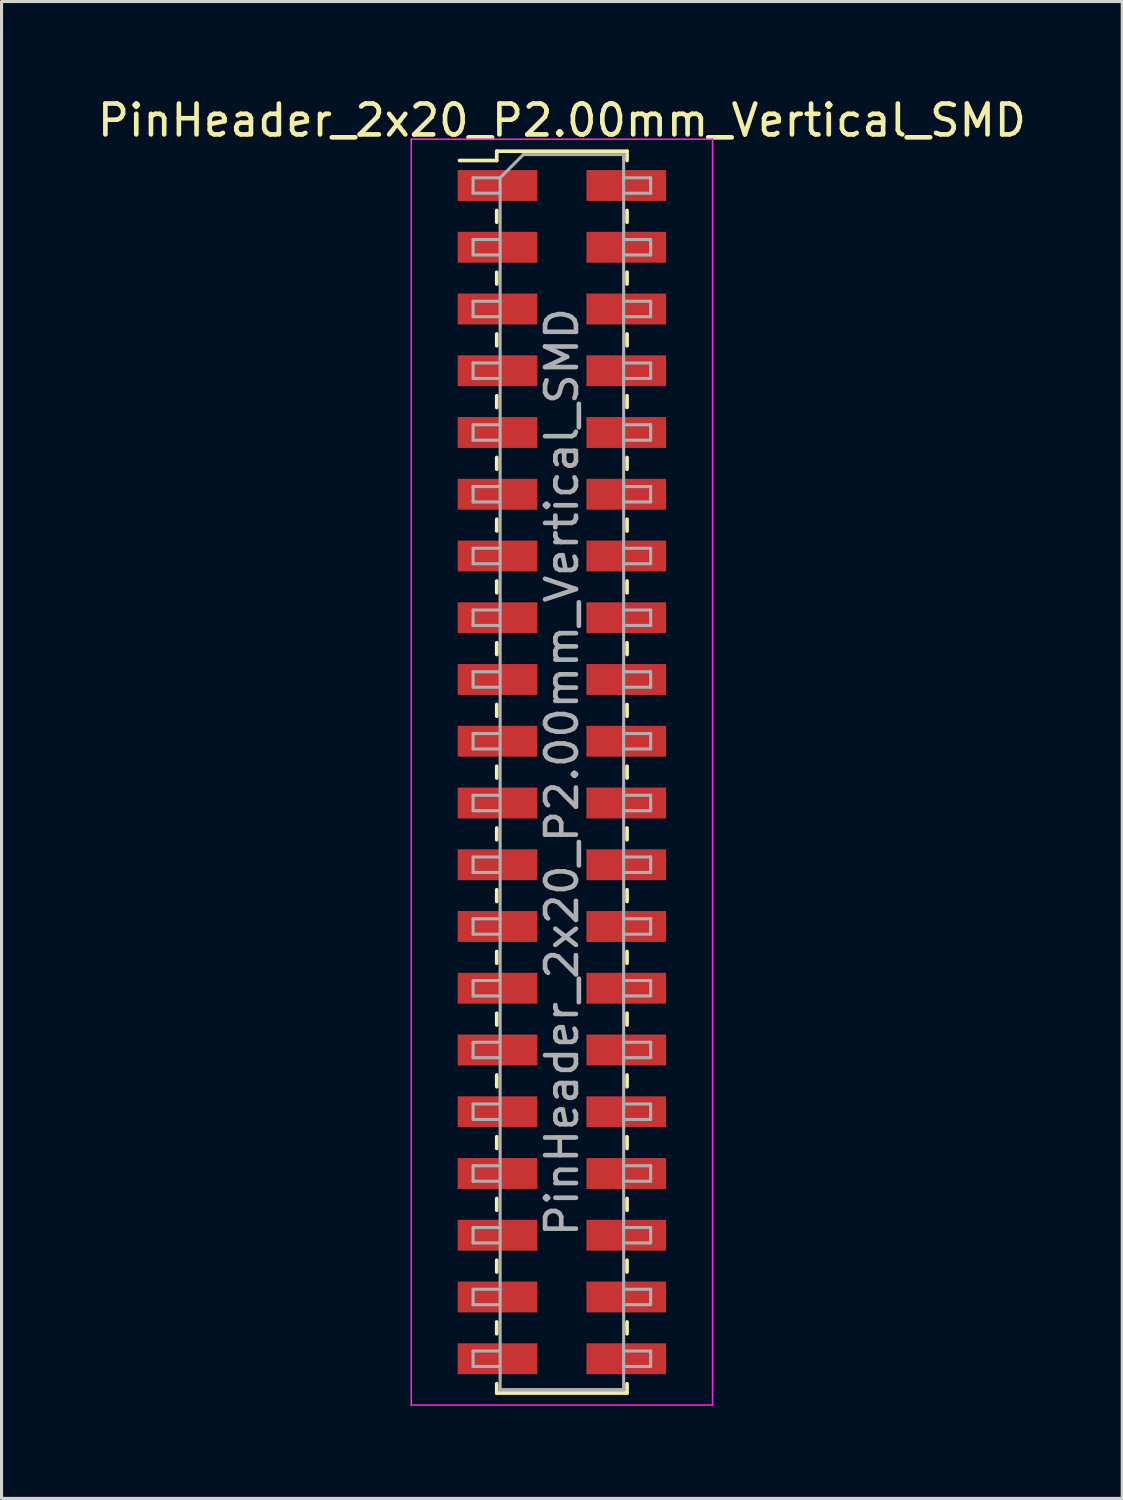
<source format=kicad_pcb>
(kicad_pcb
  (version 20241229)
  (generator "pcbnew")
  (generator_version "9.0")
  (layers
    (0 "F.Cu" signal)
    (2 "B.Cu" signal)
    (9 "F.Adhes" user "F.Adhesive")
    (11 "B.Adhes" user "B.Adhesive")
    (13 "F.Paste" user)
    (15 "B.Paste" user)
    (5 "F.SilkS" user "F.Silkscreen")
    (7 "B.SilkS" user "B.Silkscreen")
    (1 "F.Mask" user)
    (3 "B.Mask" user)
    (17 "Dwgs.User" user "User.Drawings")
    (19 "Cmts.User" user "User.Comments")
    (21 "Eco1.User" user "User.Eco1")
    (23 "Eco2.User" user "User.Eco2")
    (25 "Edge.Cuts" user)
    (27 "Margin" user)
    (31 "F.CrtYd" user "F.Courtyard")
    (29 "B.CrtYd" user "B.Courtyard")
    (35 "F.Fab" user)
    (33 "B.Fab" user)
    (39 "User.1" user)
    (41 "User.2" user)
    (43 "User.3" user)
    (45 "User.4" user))
  (footprint "PinHeader_2x20_P2.00mm_Vertical_SMD"
    (layer "F.Cu")
    (at 15.149 21.958)
    (property "Reference" "PinHeader_2x20_P2.00mm_Vertical_SMD" (at 0 -21.11 0) (layer "F.SilkS") (effects (font (size 1 1) (thickness 0.15))))
    (attr smd)
    (fp_line (start -3.315 -19.81) (end -2.11 -19.81) (stroke (width 0.12) (type solid)) (layer "F.SilkS"))
    (fp_line (start -2.11 -20.11) (end -2.11 -19.81) (stroke (width 0.12) (type solid)) (layer "F.SilkS"))
    (fp_line (start -2.11 -20.11) (end 2.11 -20.11) (stroke (width 0.12) (type solid)) (layer "F.SilkS"))
    (fp_line (start -2.11 -18.19) (end -2.11 -17.81) (stroke (width 0.12) (type solid)) (layer "F.SilkS"))
    (fp_line (start -2.11 -16.19) (end -2.11 -15.81) (stroke (width 0.12) (type solid)) (layer "F.SilkS"))
    (fp_line (start -2.11 -14.19) (end -2.11 -13.81) (stroke (width 0.12) (type solid)) (layer "F.SilkS"))
    (fp_line (start -2.11 -12.19) (end -2.11 -11.81) (stroke (width 0.12) (type solid)) (layer "F.SilkS"))
    (fp_line (start -2.11 -10.19) (end -2.11 -9.81) (stroke (width 0.12) (type solid)) (layer "F.SilkS"))
    (fp_line (start -2.11 -8.19) (end -2.11 -7.81) (stroke (width 0.12) (type solid)) (layer "F.SilkS"))
    (fp_line (start -2.11 -6.19) (end -2.11 -5.81) (stroke (width 0.12) (type solid)) (layer "F.SilkS"))
    (fp_line (start -2.11 -4.19) (end -2.11 -3.81) (stroke (width 0.12) (type solid)) (layer "F.SilkS"))
    (fp_line (start -2.11 -2.19) (end -2.11 -1.81) (stroke (width 0.12) (type solid)) (layer "F.SilkS"))
    (fp_line (start -2.11 -0.19) (end -2.11 0.19) (stroke (width 0.12) (type solid)) (layer "F.SilkS"))
    (fp_line (start -2.11 1.81) (end -2.11 2.19) (stroke (width 0.12) (type solid)) (layer "F.SilkS"))
    (fp_line (start -2.11 3.81) (end -2.11 4.19) (stroke (width 0.12) (type solid)) (layer "F.SilkS"))
    (fp_line (start -2.11 5.81) (end -2.11 6.19) (stroke (width 0.12) (type solid)) (layer "F.SilkS"))
    (fp_line (start -2.11 7.81) (end -2.11 8.19) (stroke (width 0.12) (type solid)) (layer "F.SilkS"))
    (fp_line (start -2.11 9.81) (end -2.11 10.19) (stroke (width 0.12) (type solid)) (layer "F.SilkS"))
    (fp_line (start -2.11 11.81) (end -2.11 12.19) (stroke (width 0.12) (type solid)) (layer "F.SilkS"))
    (fp_line (start -2.11 13.81) (end -2.11 14.19) (stroke (width 0.12) (type solid)) (layer "F.SilkS"))
    (fp_line (start -2.11 15.81) (end -2.11 16.19) (stroke (width 0.12) (type solid)) (layer "F.SilkS"))
    (fp_line (start -2.11 17.81) (end -2.11 18.19) (stroke (width 0.12) (type solid)) (layer "F.SilkS"))
    (fp_line (start -2.11 19.81) (end -2.11 20.11) (stroke (width 0.12) (type solid)) (layer "F.SilkS"))
    (fp_line (start -2.11 20.11) (end 2.11 20.11) (stroke (width 0.12) (type solid)) (layer "F.SilkS"))
    (fp_line (start 2.11 -20.11) (end 2.11 -19.81) (stroke (width 0.12) (type solid)) (layer "F.SilkS"))
    (fp_line (start 2.11 -18.19) (end 2.11 -17.81) (stroke (width 0.12) (type solid)) (layer "F.SilkS"))
    (fp_line (start 2.11 -16.19) (end 2.11 -15.81) (stroke (width 0.12) (type solid)) (layer "F.SilkS"))
    (fp_line (start 2.11 -14.19) (end 2.11 -13.81) (stroke (width 0.12) (type solid)) (layer "F.SilkS"))
    (fp_line (start 2.11 -12.19) (end 2.11 -11.81) (stroke (width 0.12) (type solid)) (layer "F.SilkS"))
    (fp_line (start 2.11 -10.19) (end 2.11 -9.81) (stroke (width 0.12) (type solid)) (layer "F.SilkS"))
    (fp_line (start 2.11 -8.19) (end 2.11 -7.81) (stroke (width 0.12) (type solid)) (layer "F.SilkS"))
    (fp_line (start 2.11 -6.19) (end 2.11 -5.81) (stroke (width 0.12) (type solid)) (layer "F.SilkS"))
    (fp_line (start 2.11 -4.19) (end 2.11 -3.81) (stroke (width 0.12) (type solid)) (layer "F.SilkS"))
    (fp_line (start 2.11 -2.19) (end 2.11 -1.81) (stroke (width 0.12) (type solid)) (layer "F.SilkS"))
    (fp_line (start 2.11 -0.19) (end 2.11 0.19) (stroke (width 0.12) (type solid)) (layer "F.SilkS"))
    (fp_line (start 2.11 1.81) (end 2.11 2.19) (stroke (width 0.12) (type solid)) (layer "F.SilkS"))
    (fp_line (start 2.11 3.81) (end 2.11 4.19) (stroke (width 0.12) (type solid)) (layer "F.SilkS"))
    (fp_line (start 2.11 5.81) (end 2.11 6.19) (stroke (width 0.12) (type solid)) (layer "F.SilkS"))
    (fp_line (start 2.11 7.81) (end 2.11 8.19) (stroke (width 0.12) (type solid)) (layer "F.SilkS"))
    (fp_line (start 2.11 9.81) (end 2.11 10.19) (stroke (width 0.12) (type solid)) (layer "F.SilkS"))
    (fp_line (start 2.11 11.81) (end 2.11 12.19) (stroke (width 0.12) (type solid)) (layer "F.SilkS"))
    (fp_line (start 2.11 13.81) (end 2.11 14.19) (stroke (width 0.12) (type solid)) (layer "F.SilkS"))
    (fp_line (start 2.11 15.81) (end 2.11 16.19) (stroke (width 0.12) (type solid)) (layer "F.SilkS"))
    (fp_line (start 2.11 17.81) (end 2.11 18.19) (stroke (width 0.12) (type solid)) (layer "F.SilkS"))
    (fp_line (start 2.11 19.81) (end 2.11 20.11) (stroke (width 0.12) (type solid)) (layer "F.SilkS"))
    (fp_line (start -4.88 -20.5) (end -4.88 20.5) (stroke (width 0.05) (type solid)) (layer "F.CrtYd"))
    (fp_line (start -4.88 20.5) (end 4.88 20.5) (stroke (width 0.05) (type solid)) (layer "F.CrtYd"))
    (fp_line (start 4.88 -20.5) (end -4.88 -20.5) (stroke (width 0.05) (type solid)) (layer "F.CrtYd"))
    (fp_line (start 4.88 20.5) (end 4.88 -20.5) (stroke (width 0.05) (type solid)) (layer "F.CrtYd"))
    (fp_line (start -2.875 -19.25) (end -2.875 -18.75) (stroke (width 0.1) (type solid)) (layer "F.Fab"))
    (fp_line (start -2.875 -18.75) (end -2 -18.75) (stroke (width 0.1) (type solid)) (layer "F.Fab"))
    (fp_line (start -2.875 -17.25) (end -2.875 -16.75) (stroke (width 0.1) (type solid)) (layer "F.Fab"))
    (fp_line (start -2.875 -16.75) (end -2 -16.75) (stroke (width 0.1) (type solid)) (layer "F.Fab"))
    (fp_line (start -2.875 -15.25) (end -2.875 -14.75) (stroke (width 0.1) (type solid)) (layer "F.Fab"))
    (fp_line (start -2.875 -14.75) (end -2 -14.75) (stroke (width 0.1) (type solid)) (layer "F.Fab"))
    (fp_line (start -2.875 -13.25) (end -2.875 -12.75) (stroke (width 0.1) (type solid)) (layer "F.Fab"))
    (fp_line (start -2.875 -12.75) (end -2 -12.75) (stroke (width 0.1) (type solid)) (layer "F.Fab"))
    (fp_line (start -2.875 -11.25) (end -2.875 -10.75) (stroke (width 0.1) (type solid)) (layer "F.Fab"))
    (fp_line (start -2.875 -10.75) (end -2 -10.75) (stroke (width 0.1) (type solid)) (layer "F.Fab"))
    (fp_line (start -2.875 -9.25) (end -2.875 -8.75) (stroke (width 0.1) (type solid)) (layer "F.Fab"))
    (fp_line (start -2.875 -8.75) (end -2 -8.75) (stroke (width 0.1) (type solid)) (layer "F.Fab"))
    (fp_line (start -2.875 -7.25) (end -2.875 -6.75) (stroke (width 0.1) (type solid)) (layer "F.Fab"))
    (fp_line (start -2.875 -6.75) (end -2 -6.75) (stroke (width 0.1) (type solid)) (layer "F.Fab"))
    (fp_line (start -2.875 -5.25) (end -2.875 -4.75) (stroke (width 0.1) (type solid)) (layer "F.Fab"))
    (fp_line (start -2.875 -4.75) (end -2 -4.75) (stroke (width 0.1) (type solid)) (layer "F.Fab"))
    (fp_line (start -2.875 -3.25) (end -2.875 -2.75) (stroke (width 0.1) (type solid)) (layer "F.Fab"))
    (fp_line (start -2.875 -2.75) (end -2 -2.75) (stroke (width 0.1) (type solid)) (layer "F.Fab"))
    (fp_line (start -2.875 -1.25) (end -2.875 -0.75) (stroke (width 0.1) (type solid)) (layer "F.Fab"))
    (fp_line (start -2.875 -0.75) (end -2 -0.75) (stroke (width 0.1) (type solid)) (layer "F.Fab"))
    (fp_line (start -2.875 0.75) (end -2.875 1.25) (stroke (width 0.1) (type solid)) (layer "F.Fab"))
    (fp_line (start -2.875 1.25) (end -2 1.25) (stroke (width 0.1) (type solid)) (layer "F.Fab"))
    (fp_line (start -2.875 2.75) (end -2.875 3.25) (stroke (width 0.1) (type solid)) (layer "F.Fab"))
    (fp_line (start -2.875 3.25) (end -2 3.25) (stroke (width 0.1) (type solid)) (layer "F.Fab"))
    (fp_line (start -2.875 4.75) (end -2.875 5.25) (stroke (width 0.1) (type solid)) (layer "F.Fab"))
    (fp_line (start -2.875 5.25) (end -2 5.25) (stroke (width 0.1) (type solid)) (layer "F.Fab"))
    (fp_line (start -2.875 6.75) (end -2.875 7.25) (stroke (width 0.1) (type solid)) (layer "F.Fab"))
    (fp_line (start -2.875 7.25) (end -2 7.25) (stroke (width 0.1) (type solid)) (layer "F.Fab"))
    (fp_line (start -2.875 8.75) (end -2.875 9.25) (stroke (width 0.1) (type solid)) (layer "F.Fab"))
    (fp_line (start -2.875 9.25) (end -2 9.25) (stroke (width 0.1) (type solid)) (layer "F.Fab"))
    (fp_line (start -2.875 10.75) (end -2.875 11.25) (stroke (width 0.1) (type solid)) (layer "F.Fab"))
    (fp_line (start -2.875 11.25) (end -2 11.25) (stroke (width 0.1) (type solid)) (layer "F.Fab"))
    (fp_line (start -2.875 12.75) (end -2.875 13.25) (stroke (width 0.1) (type solid)) (layer "F.Fab"))
    (fp_line (start -2.875 13.25) (end -2 13.25) (stroke (width 0.1) (type solid)) (layer "F.Fab"))
    (fp_line (start -2.875 14.75) (end -2.875 15.25) (stroke (width 0.1) (type solid)) (layer "F.Fab"))
    (fp_line (start -2.875 15.25) (end -2 15.25) (stroke (width 0.1) (type solid)) (layer "F.Fab"))
    (fp_line (start -2.875 16.75) (end -2.875 17.25) (stroke (width 0.1) (type solid)) (layer "F.Fab"))
    (fp_line (start -2.875 17.25) (end -2 17.25) (stroke (width 0.1) (type solid)) (layer "F.Fab"))
    (fp_line (start -2.875 18.75) (end -2.875 19.25) (stroke (width 0.1) (type solid)) (layer "F.Fab"))
    (fp_line (start -2.875 19.25) (end -2 19.25) (stroke (width 0.1) (type solid)) (layer "F.Fab"))
    (fp_line (start -2 -19.25) (end -2.875 -19.25) (stroke (width 0.1) (type solid)) (layer "F.Fab"))
    (fp_line (start -2 -19.25) (end -1.25 -20) (stroke (width 0.1) (type solid)) (layer "F.Fab"))
    (fp_line (start -2 -17.25) (end -2.875 -17.25) (stroke (width 0.1) (type solid)) (layer "F.Fab"))
    (fp_line (start -2 -15.25) (end -2.875 -15.25) (stroke (width 0.1) (type solid)) (layer "F.Fab"))
    (fp_line (start -2 -13.25) (end -2.875 -13.25) (stroke (width 0.1) (type solid)) (layer "F.Fab"))
    (fp_line (start -2 -11.25) (end -2.875 -11.25) (stroke (width 0.1) (type solid)) (layer "F.Fab"))
    (fp_line (start -2 -9.25) (end -2.875 -9.25) (stroke (width 0.1) (type solid)) (layer "F.Fab"))
    (fp_line (start -2 -7.25) (end -2.875 -7.25) (stroke (width 0.1) (type solid)) (layer "F.Fab"))
    (fp_line (start -2 -5.25) (end -2.875 -5.25) (stroke (width 0.1) (type solid)) (layer "F.Fab"))
    (fp_line (start -2 -3.25) (end -2.875 -3.25) (stroke (width 0.1) (type solid)) (layer "F.Fab"))
    (fp_line (start -2 -1.25) (end -2.875 -1.25) (stroke (width 0.1) (type solid)) (layer "F.Fab"))
    (fp_line (start -2 0.75) (end -2.875 0.75) (stroke (width 0.1) (type solid)) (layer "F.Fab"))
    (fp_line (start -2 2.75) (end -2.875 2.75) (stroke (width 0.1) (type solid)) (layer "F.Fab"))
    (fp_line (start -2 4.75) (end -2.875 4.75) (stroke (width 0.1) (type solid)) (layer "F.Fab"))
    (fp_line (start -2 6.75) (end -2.875 6.75) (stroke (width 0.1) (type solid)) (layer "F.Fab"))
    (fp_line (start -2 8.75) (end -2.875 8.75) (stroke (width 0.1) (type solid)) (layer "F.Fab"))
    (fp_line (start -2 10.75) (end -2.875 10.75) (stroke (width 0.1) (type solid)) (layer "F.Fab"))
    (fp_line (start -2 12.75) (end -2.875 12.75) (stroke (width 0.1) (type solid)) (layer "F.Fab"))
    (fp_line (start -2 14.75) (end -2.875 14.75) (stroke (width 0.1) (type solid)) (layer "F.Fab"))
    (fp_line (start -2 16.75) (end -2.875 16.75) (stroke (width 0.1) (type solid)) (layer "F.Fab"))
    (fp_line (start -2 18.75) (end -2.875 18.75) (stroke (width 0.1) (type solid)) (layer "F.Fab"))
    (fp_line (start -2 20) (end -2 -19.25) (stroke (width 0.1) (type solid)) (layer "F.Fab"))
    (fp_line (start -1.25 -20) (end 2 -20) (stroke (width 0.1) (type solid)) (layer "F.Fab"))
    (fp_line (start 2 -20) (end 2 20) (stroke (width 0.1) (type solid)) (layer "F.Fab"))
    (fp_line (start 2 -19.25) (end 2.875 -19.25) (stroke (width 0.1) (type solid)) (layer "F.Fab"))
    (fp_line (start 2 -17.25) (end 2.875 -17.25) (stroke (width 0.1) (type solid)) (layer "F.Fab"))
    (fp_line (start 2 -15.25) (end 2.875 -15.25) (stroke (width 0.1) (type solid)) (layer "F.Fab"))
    (fp_line (start 2 -13.25) (end 2.875 -13.25) (stroke (width 0.1) (type solid)) (layer "F.Fab"))
    (fp_line (start 2 -11.25) (end 2.875 -11.25) (stroke (width 0.1) (type solid)) (layer "F.Fab"))
    (fp_line (start 2 -9.25) (end 2.875 -9.25) (stroke (width 0.1) (type solid)) (layer "F.Fab"))
    (fp_line (start 2 -7.25) (end 2.875 -7.25) (stroke (width 0.1) (type solid)) (layer "F.Fab"))
    (fp_line (start 2 -5.25) (end 2.875 -5.25) (stroke (width 0.1) (type solid)) (layer "F.Fab"))
    (fp_line (start 2 -3.25) (end 2.875 -3.25) (stroke (width 0.1) (type solid)) (layer "F.Fab"))
    (fp_line (start 2 -1.25) (end 2.875 -1.25) (stroke (width 0.1) (type solid)) (layer "F.Fab"))
    (fp_line (start 2 0.75) (end 2.875 0.75) (stroke (width 0.1) (type solid)) (layer "F.Fab"))
    (fp_line (start 2 2.75) (end 2.875 2.75) (stroke (width 0.1) (type solid)) (layer "F.Fab"))
    (fp_line (start 2 4.75) (end 2.875 4.75) (stroke (width 0.1) (type solid)) (layer "F.Fab"))
    (fp_line (start 2 6.75) (end 2.875 6.75) (stroke (width 0.1) (type solid)) (layer "F.Fab"))
    (fp_line (start 2 8.75) (end 2.875 8.75) (stroke (width 0.1) (type solid)) (layer "F.Fab"))
    (fp_line (start 2 10.75) (end 2.875 10.75) (stroke (width 0.1) (type solid)) (layer "F.Fab"))
    (fp_line (start 2 12.75) (end 2.875 12.75) (stroke (width 0.1) (type solid)) (layer "F.Fab"))
    (fp_line (start 2 14.75) (end 2.875 14.75) (stroke (width 0.1) (type solid)) (layer "F.Fab"))
    (fp_line (start 2 16.75) (end 2.875 16.75) (stroke (width 0.1) (type solid)) (layer "F.Fab"))
    (fp_line (start 2 18.75) (end 2.875 18.75) (stroke (width 0.1) (type solid)) (layer "F.Fab"))
    (fp_line (start 2 20) (end -2 20) (stroke (width 0.1) (type solid)) (layer "F.Fab"))
    (fp_line (start 2.875 -19.25) (end 2.875 -18.75) (stroke (width 0.1) (type solid)) (layer "F.Fab"))
    (fp_line (start 2.875 -18.75) (end 2 -18.75) (stroke (width 0.1) (type solid)) (layer "F.Fab"))
    (fp_line (start 2.875 -17.25) (end 2.875 -16.75) (stroke (width 0.1) (type solid)) (layer "F.Fab"))
    (fp_line (start 2.875 -16.75) (end 2 -16.75) (stroke (width 0.1) (type solid)) (layer "F.Fab"))
    (fp_line (start 2.875 -15.25) (end 2.875 -14.75) (stroke (width 0.1) (type solid)) (layer "F.Fab"))
    (fp_line (start 2.875 -14.75) (end 2 -14.75) (stroke (width 0.1) (type solid)) (layer "F.Fab"))
    (fp_line (start 2.875 -13.25) (end 2.875 -12.75) (stroke (width 0.1) (type solid)) (layer "F.Fab"))
    (fp_line (start 2.875 -12.75) (end 2 -12.75) (stroke (width 0.1) (type solid)) (layer "F.Fab"))
    (fp_line (start 2.875 -11.25) (end 2.875 -10.75) (stroke (width 0.1) (type solid)) (layer "F.Fab"))
    (fp_line (start 2.875 -10.75) (end 2 -10.75) (stroke (width 0.1) (type solid)) (layer "F.Fab"))
    (fp_line (start 2.875 -9.25) (end 2.875 -8.75) (stroke (width 0.1) (type solid)) (layer "F.Fab"))
    (fp_line (start 2.875 -8.75) (end 2 -8.75) (stroke (width 0.1) (type solid)) (layer "F.Fab"))
    (fp_line (start 2.875 -7.25) (end 2.875 -6.75) (stroke (width 0.1) (type solid)) (layer "F.Fab"))
    (fp_line (start 2.875 -6.75) (end 2 -6.75) (stroke (width 0.1) (type solid)) (layer "F.Fab"))
    (fp_line (start 2.875 -5.25) (end 2.875 -4.75) (stroke (width 0.1) (type solid)) (layer "F.Fab"))
    (fp_line (start 2.875 -4.75) (end 2 -4.75) (stroke (width 0.1) (type solid)) (layer "F.Fab"))
    (fp_line (start 2.875 -3.25) (end 2.875 -2.75) (stroke (width 0.1) (type solid)) (layer "F.Fab"))
    (fp_line (start 2.875 -2.75) (end 2 -2.75) (stroke (width 0.1) (type solid)) (layer "F.Fab"))
    (fp_line (start 2.875 -1.25) (end 2.875 -0.75) (stroke (width 0.1) (type solid)) (layer "F.Fab"))
    (fp_line (start 2.875 -0.75) (end 2 -0.75) (stroke (width 0.1) (type solid)) (layer "F.Fab"))
    (fp_line (start 2.875 0.75) (end 2.875 1.25) (stroke (width 0.1) (type solid)) (layer "F.Fab"))
    (fp_line (start 2.875 1.25) (end 2 1.25) (stroke (width 0.1) (type solid)) (layer "F.Fab"))
    (fp_line (start 2.875 2.75) (end 2.875 3.25) (stroke (width 0.1) (type solid)) (layer "F.Fab"))
    (fp_line (start 2.875 3.25) (end 2 3.25) (stroke (width 0.1) (type solid)) (layer "F.Fab"))
    (fp_line (start 2.875 4.75) (end 2.875 5.25) (stroke (width 0.1) (type solid)) (layer "F.Fab"))
    (fp_line (start 2.875 5.25) (end 2 5.25) (stroke (width 0.1) (type solid)) (layer "F.Fab"))
    (fp_line (start 2.875 6.75) (end 2.875 7.25) (stroke (width 0.1) (type solid)) (layer "F.Fab"))
    (fp_line (start 2.875 7.25) (end 2 7.25) (stroke (width 0.1) (type solid)) (layer "F.Fab"))
    (fp_line (start 2.875 8.75) (end 2.875 9.25) (stroke (width 0.1) (type solid)) (layer "F.Fab"))
    (fp_line (start 2.875 9.25) (end 2 9.25) (stroke (width 0.1) (type solid)) (layer "F.Fab"))
    (fp_line (start 2.875 10.75) (end 2.875 11.25) (stroke (width 0.1) (type solid)) (layer "F.Fab"))
    (fp_line (start 2.875 11.25) (end 2 11.25) (stroke (width 0.1) (type solid)) (layer "F.Fab"))
    (fp_line (start 2.875 12.75) (end 2.875 13.25) (stroke (width 0.1) (type solid)) (layer "F.Fab"))
    (fp_line (start 2.875 13.25) (end 2 13.25) (stroke (width 0.1) (type solid)) (layer "F.Fab"))
    (fp_line (start 2.875 14.75) (end 2.875 15.25) (stroke (width 0.1) (type solid)) (layer "F.Fab"))
    (fp_line (start 2.875 15.25) (end 2 15.25) (stroke (width 0.1) (type solid)) (layer "F.Fab"))
    (fp_line (start 2.875 16.75) (end 2.875 17.25) (stroke (width 0.1) (type solid)) (layer "F.Fab"))
    (fp_line (start 2.875 17.25) (end 2 17.25) (stroke (width 0.1) (type solid)) (layer "F.Fab"))
    (fp_line (start 2.875 18.75) (end 2.875 19.25) (stroke (width 0.1) (type solid)) (layer "F.Fab"))
    (fp_line (start 2.875 19.25) (end 2 19.25) (stroke (width 0.1) (type solid)) (layer "F.Fab"))
    (fp_text user "${REFERENCE}" (at 0 0 90) (layer "F.Fab") (effects (font (size 1 1) (thickness 0.15))))
    (pad "1" smd rect (at -2.085 -19) (size 2.58 1) (layers "F.Cu" "F.Mask" "F.Paste"))
    (pad "2" smd rect (at 2.085 -19) (size 2.58 1) (layers "F.Cu" "F.Mask" "F.Paste"))
    (pad "3" smd rect (at -2.085 -17) (size 2.58 1) (layers "F.Cu" "F.Mask" "F.Paste"))
    (pad "4" smd rect (at 2.085 -17) (size 2.58 1) (layers "F.Cu" "F.Mask" "F.Paste"))
    (pad "5" smd rect (at -2.085 -15) (size 2.58 1) (layers "F.Cu" "F.Mask" "F.Paste"))
    (pad "6" smd rect (at 2.085 -15) (size 2.58 1) (layers "F.Cu" "F.Mask" "F.Paste"))
    (pad "7" smd rect (at -2.085 -13) (size 2.58 1) (layers "F.Cu" "F.Mask" "F.Paste"))
    (pad "8" smd rect (at 2.085 -13) (size 2.58 1) (layers "F.Cu" "F.Mask" "F.Paste"))
    (pad "9" smd rect (at -2.085 -11) (size 2.58 1) (layers "F.Cu" "F.Mask" "F.Paste"))
    (pad "10" smd rect (at 2.085 -11) (size 2.58 1) (layers "F.Cu" "F.Mask" "F.Paste"))
    (pad "11" smd rect (at -2.085 -9) (size 2.58 1) (layers "F.Cu" "F.Mask" "F.Paste"))
    (pad "12" smd rect (at 2.085 -9) (size 2.58 1) (layers "F.Cu" "F.Mask" "F.Paste"))
    (pad "13" smd rect (at -2.085 -7) (size 2.58 1) (layers "F.Cu" "F.Mask" "F.Paste"))
    (pad "14" smd rect (at 2.085 -7) (size 2.58 1) (layers "F.Cu" "F.Mask" "F.Paste"))
    (pad "15" smd rect (at -2.085 -5) (size 2.58 1) (layers "F.Cu" "F.Mask" "F.Paste"))
    (pad "16" smd rect (at 2.085 -5) (size 2.58 1) (layers "F.Cu" "F.Mask" "F.Paste"))
    (pad "17" smd rect (at -2.085 -3) (size 2.58 1) (layers "F.Cu" "F.Mask" "F.Paste"))
    (pad "18" smd rect (at 2.085 -3) (size 2.58 1) (layers "F.Cu" "F.Mask" "F.Paste"))
    (pad "19" smd rect (at -2.085 -1) (size 2.58 1) (layers "F.Cu" "F.Mask" "F.Paste"))
    (pad "20" smd rect (at 2.085 -1) (size 2.58 1) (layers "F.Cu" "F.Mask" "F.Paste"))
    (pad "21" smd rect (at -2.085 1) (size 2.58 1) (layers "F.Cu" "F.Mask" "F.Paste"))
    (pad "22" smd rect (at 2.085 1) (size 2.58 1) (layers "F.Cu" "F.Mask" "F.Paste"))
    (pad "23" smd rect (at -2.085 3) (size 2.58 1) (layers "F.Cu" "F.Mask" "F.Paste"))
    (pad "24" smd rect (at 2.085 3) (size 2.58 1) (layers "F.Cu" "F.Mask" "F.Paste"))
    (pad "25" smd rect (at -2.085 5) (size 2.58 1) (layers "F.Cu" "F.Mask" "F.Paste"))
    (pad "26" smd rect (at 2.085 5) (size 2.58 1) (layers "F.Cu" "F.Mask" "F.Paste"))
    (pad "27" smd rect (at -2.085 7) (size 2.58 1) (layers "F.Cu" "F.Mask" "F.Paste"))
    (pad "28" smd rect (at 2.085 7) (size 2.58 1) (layers "F.Cu" "F.Mask" "F.Paste"))
    (pad "29" smd rect (at -2.085 9) (size 2.58 1) (layers "F.Cu" "F.Mask" "F.Paste"))
    (pad "30" smd rect (at 2.085 9) (size 2.58 1) (layers "F.Cu" "F.Mask" "F.Paste"))
    (pad "31" smd rect (at -2.085 11) (size 2.58 1) (layers "F.Cu" "F.Mask" "F.Paste"))
    (pad "32" smd rect (at 2.085 11) (size 2.58 1) (layers "F.Cu" "F.Mask" "F.Paste"))
    (pad "33" smd rect (at -2.085 13) (size 2.58 1) (layers "F.Cu" "F.Mask" "F.Paste"))
    (pad "34" smd rect (at 2.085 13) (size 2.58 1) (layers "F.Cu" "F.Mask" "F.Paste"))
    (pad "35" smd rect (at -2.085 15) (size 2.58 1) (layers "F.Cu" "F.Mask" "F.Paste"))
    (pad "36" smd rect (at 2.085 15) (size 2.58 1) (layers "F.Cu" "F.Mask" "F.Paste"))
    (pad "37" smd rect (at -2.085 17) (size 2.58 1) (layers "F.Cu" "F.Mask" "F.Paste"))
    (pad "38" smd rect (at 2.085 17) (size 2.58 1) (layers "F.Cu" "F.Mask" "F.Paste"))
    (pad "39" smd rect (at -2.085 19) (size 2.58 1) (layers "F.Cu" "F.Mask" "F.Paste"))
    (pad "40" smd rect (at 2.085 19) (size 2.58 1) (layers "F.Cu" "F.Mask" "F.Paste")))
  (gr_rect
    (start -3 -3)
    (end 33.298 45.483)
    (stroke (width 0.1) (type default))
    (fill no)
    (layer "Edge.Cuts")))
</source>
